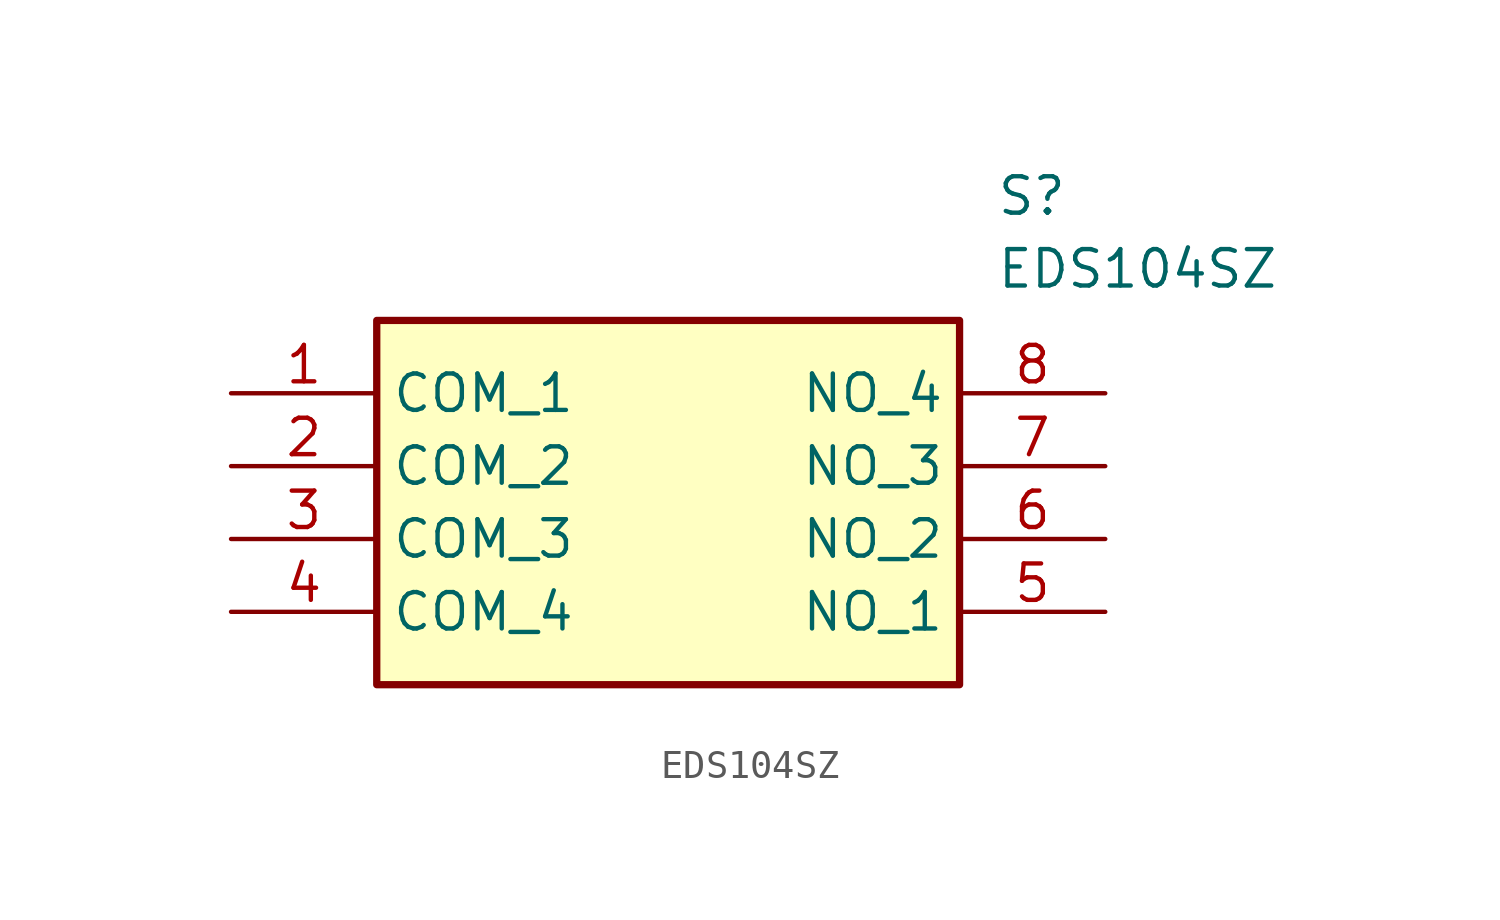
<source format=kicad_sym>
(kicad_symbol_lib
  (version 20211014)
  (generator SamacSys_ECAD_Model)
  (symbol "EDS104SZ"
    (property "Reference" "S"
      (at 26.67 7.62 0)
      (effects (font (size 1.27 1.27)) (justify left top)))
    (property "Value" "EDS104SZ"
      (at 26.67 5.08 0)
      (effects (font (size 1.27 1.27)) (justify left top)))
    (rectangle
      (start 5.08 2.54)
      (end 25.4 -10.16)
      (stroke (width 0.254) (type default))
      (fill (type background)))
    (pin passive line
      (at 0 0 0)
      (length 5.08)
      (name "COM_1" (effects (font (size 1.27 1.27))))
      (number "1" (effects (font (size 1.27 1.27)))))
    (pin passive line
      (at 0 -2.54 0)
      (length 5.08)
      (name "COM_2" (effects (font (size 1.27 1.27))))
      (number "2" (effects (font (size 1.27 1.27)))))
    (pin passive line
      (at 0 -5.08 0)
      (length 5.08)
      (name "COM_3" (effects (font (size 1.27 1.27))))
      (number "3" (effects (font (size 1.27 1.27)))))
    (pin passive line
      (at 0 -7.62 0)
      (length 5.08)
      (name "COM_4" (effects (font (size 1.27 1.27))))
      (number "4" (effects (font (size 1.27 1.27)))))
    (pin passive line
      (at 30.48 0 180)
      (length 5.08)
      (name "NO_4" (effects (font (size 1.27 1.27))))
      (number "8" (effects (font (size 1.27 1.27)))))
    (pin passive line
      (at 30.48 -2.54 180)
      (length 5.08)
      (name "NO_3" (effects (font (size 1.27 1.27))))
      (number "7" (effects (font (size 1.27 1.27)))))
    (pin passive line
      (at 30.48 -5.08 180)
      (length 5.08)
      (name "NO_2" (effects (font (size 1.27 1.27))))
      (number "6" (effects (font (size 1.27 1.27)))))
    (pin passive line
      (at 30.48 -7.62 180)
      (length 5.08)
      (name "NO_1" (effects (font (size 1.27 1.27))))
      (number "5" (effects (font (size 1.27 1.27)))))))
</source>
